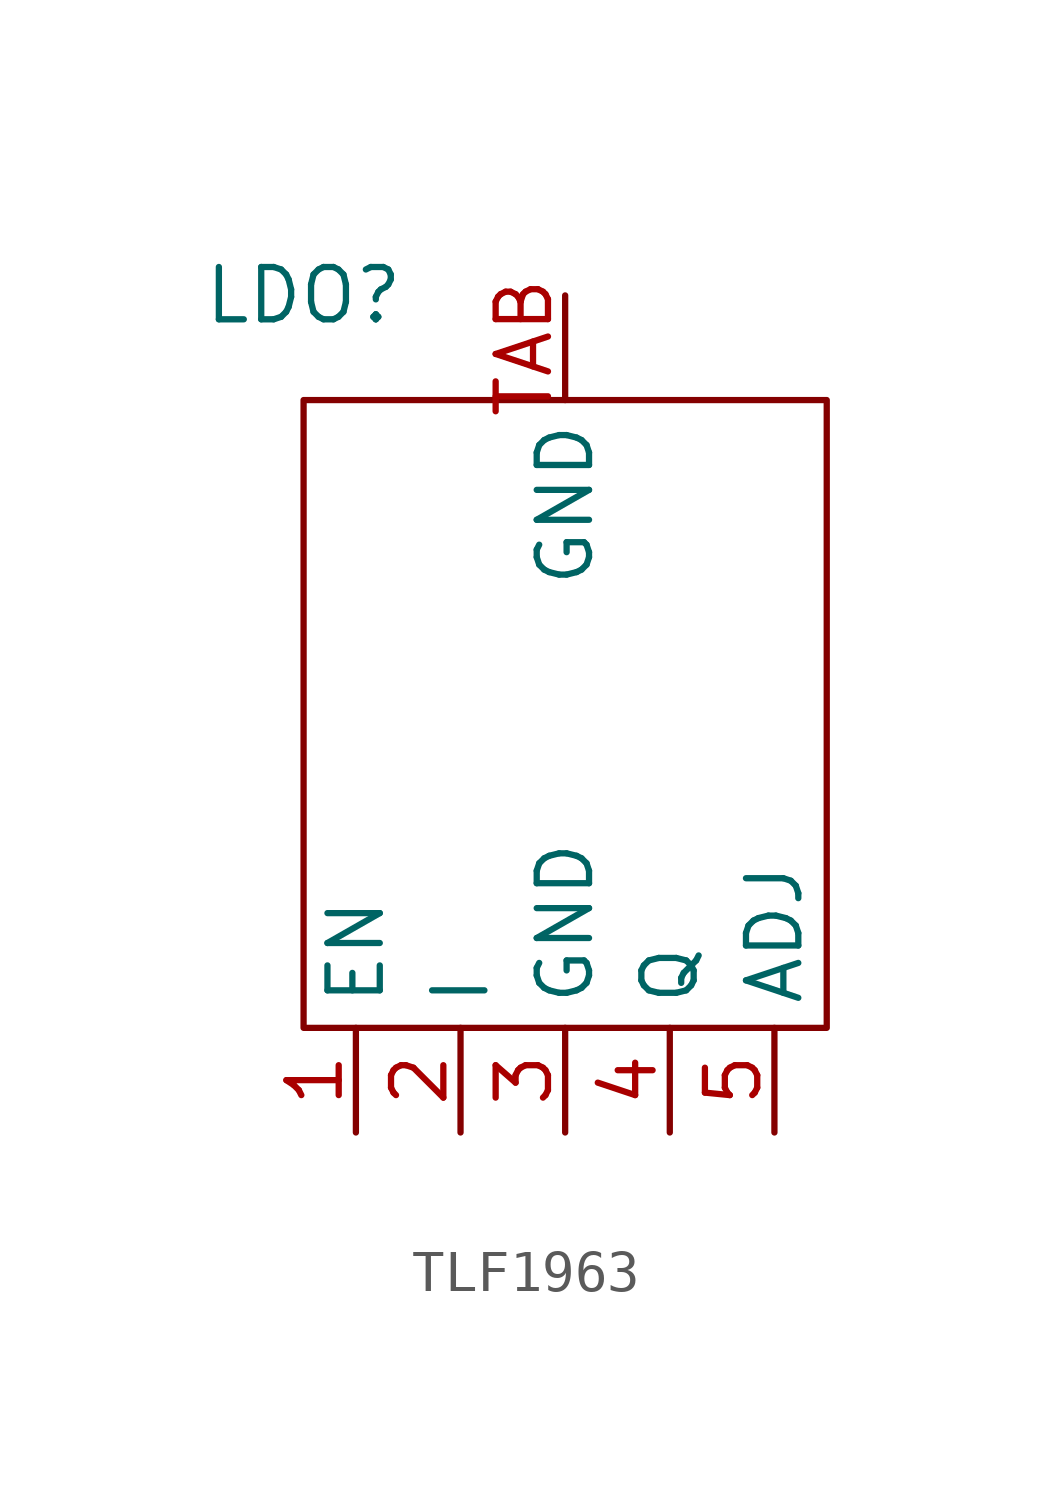
<source format=kicad_sym>
(kicad_symbol_lib
  (version 20220914)
  (generator kicad_symbol_editor)
  (symbol "TLF1963"
    (property "Reference" "LDO"
      (at 0 2.54 0)
      (effects (font (size 1.27 1.27))))
    (property "Value" ""
      (at 0 0 0)
      (effects (font (size 1.27 1.27))))
    (symbol "TLF1963_0_1"
      (rectangle (start 0 0) (end 12.7 -15.24) (stroke (width 0) (type default)) (fill (type none))))
    (symbol "TLF1963_1_1"
      (pin input line (at 1.27 -17.78 90) (length 2.54) (name "EN" (effects (font (size 1.27 1.27)))) (number "1" (effects (font (size 1.27 1.27)))))
      (pin power_in line (at 3.81 -17.78 90) (length 2.54) (name "I" (effects (font (size 1.27 1.27)))) (number "2" (effects (font (size 1.27 1.27)))))
      (pin passive line (at 6.35 -17.78 90) (length 2.54) (name "GND" (effects (font (size 1.27 1.27)))) (number "3" (effects (font (size 1.27 1.27)))))
      (pin output line (at 8.89 -17.78 90) (length 2.54) (name "Q" (effects (font (size 1.27 1.27)))) (number "4" (effects (font (size 1.27 1.27)))))
      (pin unspecified line (at 11.43 -17.78 90) (length 2.54) (name "ADJ" (effects (font (size 1.27 1.27)))) (number "5" (effects (font (size 1.27 1.27)))))
      (pin unspecified line (at 6.35 2.54 270) (length 2.54) (name "GND" (effects (font (size 1.27 1.27)))) (number "TAB" (effects (font (size 1.27 1.27))))))))
</source>
